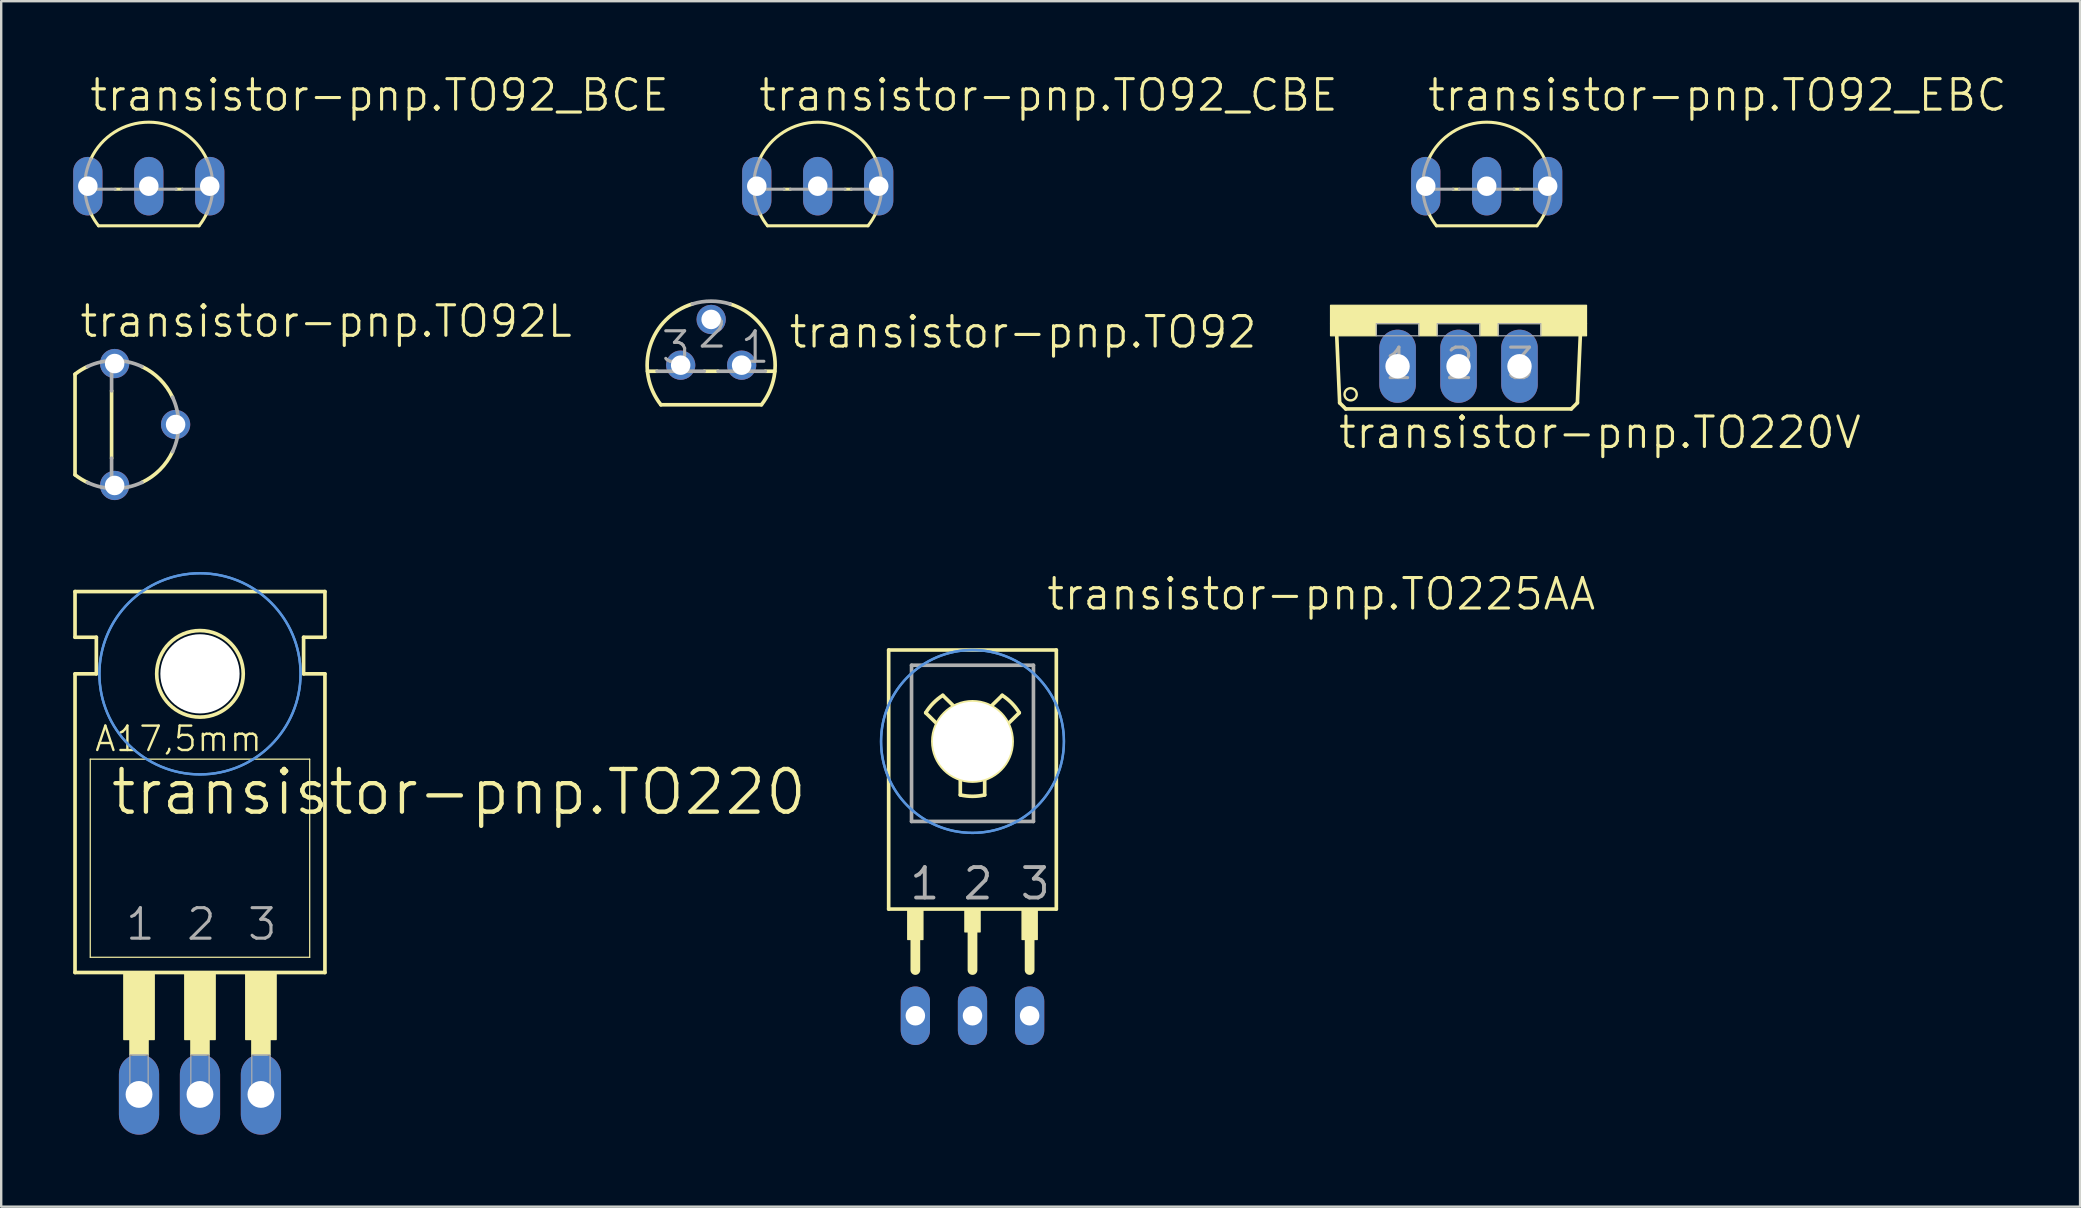
<source format=kicad_pcb>
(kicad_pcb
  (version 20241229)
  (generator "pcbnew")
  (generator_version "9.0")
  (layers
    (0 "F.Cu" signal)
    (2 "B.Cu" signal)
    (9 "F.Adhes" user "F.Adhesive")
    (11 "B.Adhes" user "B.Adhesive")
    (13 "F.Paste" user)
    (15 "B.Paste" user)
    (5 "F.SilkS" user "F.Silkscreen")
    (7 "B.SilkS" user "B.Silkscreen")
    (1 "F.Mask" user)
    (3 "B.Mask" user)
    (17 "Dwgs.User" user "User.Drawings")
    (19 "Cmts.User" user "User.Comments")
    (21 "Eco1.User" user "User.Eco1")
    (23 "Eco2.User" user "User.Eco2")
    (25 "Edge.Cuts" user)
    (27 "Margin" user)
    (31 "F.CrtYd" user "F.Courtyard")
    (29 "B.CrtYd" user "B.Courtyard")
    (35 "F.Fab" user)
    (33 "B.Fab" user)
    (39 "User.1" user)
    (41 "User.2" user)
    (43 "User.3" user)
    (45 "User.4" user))
  (footprint "transistor-pnp.TO92_EBC"
    (layer "F.Cu")
    (at 58.901 3.438)
    (property "Reference" "transistor-pnp.TO92_EBC" (at -2.54 -1.778 0) (layer "F.SilkS") (effects (font (size 1.27 1.27) (thickness 0.13)) (justify left bottom)))
    (attr through_hole)
    (fp_line (start -2.095 2.921) (end 2.095 2.921) (stroke (width 0.127) (type default)) (layer "F.SilkS"))
    (fp_line (start -1.136 1.397) (end -1.404 1.397) (stroke (width 0.127) (type default)) (layer "F.SilkS"))
    (fp_line (start 1.404 1.397) (end 1.136 1.397) (stroke (width 0.127) (type default)) (layer "F.SilkS"))
    (fp_arc (start -2.413 0.1341) (mid 0 -1.396985) (end 2.413 0.1341) (stroke (width 0.127) (type default)) (layer "F.SilkS"))
    (fp_arc (start -2.095 2.921) (mid -2.268918 2.67252) (end -2.4135 2.4059) (stroke (width 0.127) (type default)) (layer "F.SilkS"))
    (fp_arc (start 2.4247 2.3818) (mid 2.275878 2.661201) (end 2.095 2.921) (stroke (width 0.127) (type default)) (layer "F.SilkS"))
    (fp_line (start -1.404 1.397) (end -2.664 1.397) (stroke (width 0.127) (type default)) (layer "F.Fab"))
    (fp_line (start 1.136 1.397) (end -1.136 1.397) (stroke (width 0.127) (type default)) (layer "F.Fab"))
    (fp_line (start 2.664 1.397) (end 1.404 1.397) (stroke (width 0.127) (type default)) (layer "F.Fab"))
    (fp_arc (start -2.413 2.4059) (mid -2.666991 1.27) (end -2.413 0.1341) (stroke (width 0.127) (type default)) (layer "F.Fab"))
    (fp_arc (start 2.413 0.1341) (mid 2.666991 1.27) (end 2.413 2.4059) (stroke (width 0.127) (type default)) (layer "F.Fab"))
    (pad "B" thru_hole oval (at 0 1.27 90) (size 2.438 1.219) (drill 0.813) (layers "*.Cu" "*.Mask"))
    (pad "C" thru_hole oval (at -2.54 1.27 90) (size 2.438 1.219) (drill 0.813) (layers "*.Cu" "*.Mask"))
    (pad "E" thru_hole oval (at 2.54 1.27 90) (size 2.438 1.219) (drill 0.813) (layers "*.Cu" "*.Mask")))
  (footprint "transistor-pnp.TO92L"
    (layer "F.Cu")
    (at 1.727 14.639)
    (property "Reference" "transistor-pnp.TO92L" (at -1.524 -3.556 0) (layer "F.SilkS") (effects (font (size 1.27 1.27) (thickness 0.13)) (justify left bottom)))
    (attr through_hole)
    (fp_line (start -1.651 -2.095) (end -1.651 2.095) (stroke (width 0.152) (type default)) (layer "F.SilkS"))
    (fp_line (start -0.127 1.404) (end -0.127 -1.404) (stroke (width 0.152) (type default)) (layer "F.SilkS"))
    (fp_arc (start -1.651 -2.095) (mid -1.40252 -2.268918) (end -1.1359 -2.4135) (stroke (width 0.1524) (type default)) (layer "F.SilkS"))
    (fp_arc (start -1.1118 2.4247) (mid -1.391201 2.275878) (end -1.651 2.095) (stroke (width 0.1524) (type default)) (layer "F.SilkS"))
    (fp_arc (start 1.1359 -2.413) (mid 1.885847 -1.885847) (end 2.413 -1.1359) (stroke (width 0.1524) (type default)) (layer "F.SilkS"))
    (fp_arc (start 2.413 1.1359) (mid 1.885847 1.885847) (end 1.1359 2.413) (stroke (width 0.1524) (type default)) (layer "F.SilkS"))
    (fp_line (start -0.127 -1.404) (end -0.127 -2.664) (stroke (width 0.152) (type default)) (layer "F.Fab"))
    (fp_line (start -0.127 2.664) (end -0.127 1.404) (stroke (width 0.152) (type default)) (layer "F.Fab"))
    (fp_arc (start -1.1359 -2.413) (mid 0 -2.666991) (end 1.1359 -2.413) (stroke (width 0.1524) (type default)) (layer "F.Fab"))
    (fp_arc (start 1.1359 2.413) (mid 0 2.666991) (end -1.1359 2.413) (stroke (width 0.1524) (type default)) (layer "F.Fab"))
    (fp_arc (start 2.413 -1.1359) (mid 2.666991 0) (end 2.413 1.1359) (stroke (width 0.1524) (type default)) (layer "F.Fab"))
    (pad "1" thru_hole circle (at 0 2.54) (size 1.219 1.219) (drill 0.813) (layers "*.Cu" "*.Mask"))
    (pad "2" thru_hole circle (at 2.54 0) (size 1.219 1.219) (drill 0.813) (layers "*.Cu" "*.Mask"))
    (pad "3" thru_hole circle (at 0 -2.54) (size 1.219 1.219) (drill 0.813) (layers "*.Cu" "*.Mask")))
  (footprint "transistor-pnp.TO92"
    (layer "F.Cu")
    (at 26.584 12.166)
    (property "Reference" "transistor-pnp.TO92" (at 3.175 -0.635 0) (layer "F.SilkS") (effects (font (size 1.27 1.27) (thickness 0.13)) (justify left bottom)))
    (attr through_hole)
    (fp_line (start -2.655 0.254) (end -2.254 0.254) (stroke (width 0.152) (type default)) (layer "F.SilkS"))
    (fp_line (start -2.095 1.651) (end 2.095 1.651) (stroke (width 0.152) (type default)) (layer "F.SilkS"))
    (fp_line (start -0.286 0.254) (end 0.286 0.254) (stroke (width 0.152) (type default)) (layer "F.SilkS"))
    (fp_line (start 2.254 0.254) (end 2.655 0.254) (stroke (width 0.152) (type default)) (layer "F.SilkS"))
    (fp_arc (start -2.0946 1.651) (mid -2.54634 -0.793276) (end -0.7863 -2.5485) (stroke (width 0.1524) (type default)) (layer "F.SilkS"))
    (fp_arc (start 0.7868 -2.5484) (mid 2.546776 -0.793203) (end 2.095 1.651) (stroke (width 0.1524) (type default)) (layer "F.SilkS"))
    (fp_line (start -2.254 0.254) (end -0.286 0.254) (stroke (width 0.152) (type default)) (layer "F.Fab"))
    (fp_line (start 0.286 0.254) (end 2.254 0.254) (stroke (width 0.152) (type default)) (layer "F.Fab"))
    (fp_arc (start -0.7863 -2.5485) (mid 0 -2.667043) (end 0.7863 -2.5485) (stroke (width 0.1524) (type default)) (layer "F.Fab"))
    (fp_text user "2" (at -0.635 -0.635 0) (layer "F.Fab") (effects (font (size 1.27 1.27) (thickness 0.13)) (justify left bottom)))
    (fp_text user "1" (at 1.143 0 0) (layer "F.Fab") (effects (font (size 1.27 1.27) (thickness 0.13)) (justify left bottom)))
    (fp_text user "3" (at -2.159 0 0) (layer "F.Fab") (effects (font (size 1.27 1.27) (thickness 0.13)) (justify left bottom)))
    (pad "1" thru_hole circle (at 1.27 0) (size 1.219 1.219) (drill 0.813) (layers "*.Cu" "*.Mask"))
    (pad "2" thru_hole circle (at 0 -1.905) (size 1.219 1.219) (drill 0.813) (layers "*.Cu" "*.Mask"))
    (pad "3" thru_hole circle (at -1.27 0) (size 1.219 1.219) (drill 0.813) (layers "*.Cu" "*.Mask")))
  (footprint "transistor-pnp.TO220V"
    (layer "F.Cu")
    (at 57.727 9.672)
    (property "Reference" "transistor-pnp.TO220V" (at -5.08 6.045 0) (layer "F.SilkS") (effects (font (size 1.27 1.27) (thickness 0.13)) (justify left bottom)))
    (attr through_hole)
    (fp_line (start -4.953 4.064) (end -5.08 1.143) (stroke (width 0.152) (type default)) (layer "F.SilkS"))
    (fp_line (start -4.953 4.064) (end -4.699 4.318) (stroke (width 0.152) (type default)) (layer "F.SilkS"))
    (fp_line (start 4.699 4.318) (end -4.699 4.318) (stroke (width 0.152) (type default)) (layer "F.SilkS"))
    (fp_line (start 4.699 4.318) (end 4.953 4.064) (stroke (width 0.152) (type default)) (layer "F.SilkS"))
    (fp_line (start 5.08 1.143) (end 4.953 4.064) (stroke (width 0.152) (type default)) (layer "F.SilkS"))
    (fp_rect (start -5.334 0.762) (end 5.334 0) (stroke (width 0.05) (type default)) (fill yes) (layer "F.SilkS"))
    (fp_rect (start -5.334 1.27) (end -3.429 0.762) (stroke (width 0.05) (type default)) (fill yes) (layer "F.SilkS"))
    (fp_rect (start -1.651 1.27) (end -0.889 0.762) (stroke (width 0.05) (type default)) (fill yes) (layer "F.SilkS"))
    (fp_rect (start 0.889 1.27) (end 1.651 0.762) (stroke (width 0.05) (type default)) (fill yes) (layer "F.SilkS"))
    (fp_rect (start 3.429 1.27) (end 5.334 0.762) (stroke (width 0.05) (type default)) (fill yes) (layer "F.SilkS"))
    (fp_circle (center -4.496 3.708) (end -4.242 3.708) (stroke (width 0.1) (type default)) (fill no) (layer "F.SilkS"))
    (fp_rect (start -3.429 1.27) (end -1.651 0.762) (stroke (width 0.05) (type default)) (fill no) (layer "F.Fab"))
    (fp_rect (start -0.889 1.27) (end 0.889 0.762) (stroke (width 0.05) (type default)) (fill no) (layer "F.Fab"))
    (fp_rect (start 1.651 1.27) (end 3.429 0.762) (stroke (width 0.05) (type default)) (fill no) (layer "F.Fab"))
    (fp_text user "3" (at 1.905 3.175 0) (layer "F.Fab") (effects (font (size 1.27 1.27) (thickness 0.13)) (justify left bottom)))
    (fp_text user "2" (at -0.635 3.175 0) (layer "F.Fab") (effects (font (size 1.27 1.27) (thickness 0.13)) (justify left bottom)))
    (fp_text user "1" (at -3.175 3.175 0) (layer "F.Fab") (effects (font (size 1.27 1.27) (thickness 0.13)) (justify left bottom)))
    (pad "1" thru_hole oval (at -2.54 2.54 90) (size 3.048 1.524) (drill 1.016) (layers "*.Cu" "*.Mask"))
    (pad "2" thru_hole oval (at 0 2.54 90) (size 3.048 1.524) (drill 1.016) (layers "*.Cu" "*.Mask"))
    (pad "3" thru_hole oval (at 2.54 2.54 90) (size 3.048 1.524) (drill 1.016) (layers "*.Cu" "*.Mask")))
  (footprint "transistor-pnp.TO225AA"
    (layer "F.Cu")
    (at 37.474 27.846)
    (property "Reference" "transistor-pnp.TO225AA" (at 3.016 -5.398 180) (layer "F.SilkS") (effects (font (size 1.27 1.27) (thickness 0.13)) (justify left bottom)))
    (attr through_hole)
    (fp_line (start -3.493 -3.81) (end 3.493 -3.81) (stroke (width 0.152) (type default)) (layer "F.SilkS"))
    (fp_line (start -3.493 6.985) (end -3.493 -3.81) (stroke (width 0.152) (type default)) (layer "F.SilkS"))
    (fp_line (start -3.493 6.985) (end 3.493 6.985) (stroke (width 0.152) (type default)) (layer "F.SilkS"))
    (fp_line (start -2.381 8.096) (end -2.381 9.525) (stroke (width 0.406) (type default)) (layer "F.SilkS"))
    (fp_line (start -1.479 -0.734) (end -1.949 -1.194) (stroke (width 0.152) (type default)) (layer "F.SilkS"))
    (fp_line (start -0.769 -1.461) (end -1.239 -1.921) (stroke (width 0.152) (type default)) (layer "F.SilkS"))
    (fp_line (start -0.508 1.571) (end -0.508 2.229) (stroke (width 0.152) (type default)) (layer "F.SilkS"))
    (fp_line (start 0 7.779) (end 0 9.525) (stroke (width 0.406) (type default)) (layer "F.SilkS"))
    (fp_line (start 0.508 1.571) (end 0.508 2.229) (stroke (width 0.152) (type default)) (layer "F.SilkS"))
    (fp_line (start 0.769 -1.461) (end 1.239 -1.921) (stroke (width 0.152) (type default)) (layer "F.SilkS"))
    (fp_line (start 1.479 -0.734) (end 1.949 -1.194) (stroke (width 0.152) (type default)) (layer "F.SilkS"))
    (fp_line (start 2.381 8.096) (end 2.381 9.525) (stroke (width 0.406) (type default)) (layer "F.SilkS"))
    (fp_line (start 3.493 -3.81) (end 3.493 6.985) (stroke (width 0.152) (type default)) (layer "F.SilkS"))
    (fp_rect (start -2.699 8.255) (end -2.064 6.985) (stroke (width 0.05) (type default)) (fill yes) (layer "F.SilkS"))
    (fp_rect (start -0.318 7.938) (end 0.318 6.985) (stroke (width 0.05) (type default)) (fill yes) (layer "F.SilkS"))
    (fp_rect (start 2.064 8.255) (end 2.699 6.985) (stroke (width 0.05) (type default)) (fill yes) (layer "F.SilkS"))
    (fp_arc (start -1.949 -1.194) (mid -1.634881 -1.597291) (end -1.239 -1.9207) (stroke (width 0.1524) (type default)) (layer "F.SilkS"))
    (fp_arc (start 0.508 2.229) (mid 0 2.28616) (end -0.508 2.229) (stroke (width 0.1524) (type default)) (layer "F.SilkS"))
    (fp_arc (start 1.239 -1.921) (mid 1.634881 -1.597591) (end 1.949 -1.1943) (stroke (width 0.1524) (type default)) (layer "F.SilkS"))
    (fp_circle (center 0 0) (end 1.651 0) (stroke (width 0.152) (type default)) (fill no) (layer "F.SilkS"))
    (fp_circle (center 0 0) (end 3.81 0) (stroke (width 0.1) (type default)) (fill no) (layer "Cmts.User"))
    (fp_circle (center 0 0) (end 3.81 0) (stroke (width 0.1) (type default)) (fill no) (layer "Cmts.User"))
    (fp_line (start -2.54 -3.175) (end -2.54 3.334) (stroke (width 0.152) (type default)) (layer "F.Fab"))
    (fp_line (start -2.54 3.334) (end 2.54 3.334) (stroke (width 0.152) (type default)) (layer "F.Fab"))
    (fp_line (start 2.54 -3.175) (end -2.54 -3.175) (stroke (width 0.152) (type default)) (layer "F.Fab"))
    (fp_line (start 2.54 3.334) (end 2.54 -3.175) (stroke (width 0.152) (type default)) (layer "F.Fab"))
    (fp_text user "2" (at -0.476 6.668 0) (layer "F.Fab") (effects (font (size 1.27 1.27) (thickness 0.16)) (justify left bottom)))
    (fp_text user "1" (at -2.699 6.668 0) (layer "F.Fab") (effects (font (size 1.27 1.27) (thickness 0.16)) (justify left bottom)))
    (fp_text user "3" (at 1.905 6.668 0) (layer "F.Fab") (effects (font (size 1.27 1.27) (thickness 0.16)) (justify left bottom)))
    (pad "" np_thru_hole circle (at 0 0) (size 3.302 3.302) (drill 3.302) (layers "*.Cu" "*.Mask"))
    (pad "1" thru_hole oval (at -2.381 11.43 90) (size 2.438 1.219) (drill 0.813) (layers "*.Cu" "*.Mask"))
    (pad "2" thru_hole oval (at 0 11.43 90) (size 2.438 1.219) (drill 0.813) (layers "*.Cu" "*.Mask"))
    (pad "3" thru_hole oval (at 2.381 11.43 90) (size 2.438 1.219) (drill 0.813) (layers "*.Cu" "*.Mask")))
  (footprint "transistor-pnp.TO220"
    (layer "F.Cu")
    (at 5.283 36.205)
    (property "Reference" "transistor-pnp.TO220" (at -3.81 -5.207 0) (layer "F.SilkS") (effects (font (size 1.778 1.778) (thickness 0.18)) (justify left bottom)))
    (attr through_hole)
    (fp_line (start -5.207 -12.7) (end -5.207 -14.605) (stroke (width 0.152) (type default)) (layer "F.SilkS"))
    (fp_line (start -5.207 -11.176) (end -4.318 -11.176) (stroke (width 0.152) (type default)) (layer "F.SilkS"))
    (fp_line (start -5.207 1.27) (end -5.207 -11.176) (stroke (width 0.152) (type default)) (layer "F.SilkS"))
    (fp_line (start -5.207 1.27) (end 5.207 1.27) (stroke (width 0.152) (type default)) (layer "F.SilkS"))
    (fp_line (start -4.572 0.635) (end -4.572 -7.62) (stroke (width 0.051) (type default)) (layer "F.SilkS"))
    (fp_line (start -4.572 0.635) (end 4.572 0.635) (stroke (width 0.051) (type default)) (layer "F.SilkS"))
    (fp_line (start -4.318 -12.7) (end -5.207 -12.7) (stroke (width 0.152) (type default)) (layer "F.SilkS"))
    (fp_line (start -4.318 -11.176) (end -4.318 -12.7) (stroke (width 0.152) (type default)) (layer "F.SilkS"))
    (fp_line (start 4.318 -12.7) (end 5.207 -12.7) (stroke (width 0.152) (type default)) (layer "F.SilkS"))
    (fp_line (start 4.318 -11.176) (end 4.318 -12.7) (stroke (width 0.152) (type default)) (layer "F.SilkS"))
    (fp_line (start 4.572 -7.62) (end -4.572 -7.62) (stroke (width 0.051) (type default)) (layer "F.SilkS"))
    (fp_line (start 4.572 -7.62) (end 4.572 0.635) (stroke (width 0.051) (type default)) (layer "F.SilkS"))
    (fp_line (start 5.207 -14.605) (end -5.207 -14.605) (stroke (width 0.152) (type default)) (layer "F.SilkS"))
    (fp_line (start 5.207 -12.7) (end 5.207 -14.605) (stroke (width 0.152) (type default)) (layer "F.SilkS"))
    (fp_line (start 5.207 -11.176) (end 4.318 -11.176) (stroke (width 0.152) (type default)) (layer "F.SilkS"))
    (fp_line (start 5.207 1.27) (end 5.207 -11.176) (stroke (width 0.152) (type default)) (layer "F.SilkS"))
    (fp_rect (start -3.175 4.064) (end -1.905 1.27) (stroke (width 0.05) (type default)) (fill yes) (layer "F.SilkS"))
    (fp_rect (start -2.921 4.699) (end -2.159 4.064) (stroke (width 0.05) (type default)) (fill yes) (layer "F.SilkS"))
    (fp_rect (start -0.635 4.064) (end 0.635 1.27) (stroke (width 0.05) (type default)) (fill yes) (layer "F.SilkS"))
    (fp_rect (start -0.381 4.699) (end 0.381 4.064) (stroke (width 0.05) (type default)) (fill yes) (layer "F.SilkS"))
    (fp_rect (start 1.905 4.064) (end 3.175 1.27) (stroke (width 0.05) (type default)) (fill yes) (layer "F.SilkS"))
    (fp_rect (start 2.159 4.699) (end 2.921 4.064) (stroke (width 0.05) (type default)) (fill yes) (layer "F.SilkS"))
    (fp_circle (center 0 -11.176) (end 1.803 -11.176) (stroke (width 0.152) (type default)) (fill no) (layer "F.SilkS"))
    (fp_circle (center 0 -11.176) (end 4.191 -11.176) (stroke (width 0.1) (type default)) (fill no) (layer "Cmts.User"))
    (fp_circle (center 0 -11.176) (end 4.191 -11.176) (stroke (width 0.1) (type default)) (fill no) (layer "Cmts.User"))
    (fp_rect (start -2.921 6.604) (end -2.159 4.699) (stroke (width 0.05) (type default)) (fill no) (layer "F.Fab"))
    (fp_rect (start -0.381 6.604) (end 0.381 4.699) (stroke (width 0.05) (type default)) (fill no) (layer "F.Fab"))
    (fp_rect (start 2.159 6.604) (end 2.921 4.699) (stroke (width 0.05) (type default)) (fill no) (layer "F.Fab"))
    (fp_text user "A17,5mm" (at -4.445 -7.874 0) (layer "F.SilkS") (effects (font (size 1.016 1.016) (thickness 0.1)) (justify left bottom)))
    (fp_text user "1" (at -3.175 0 0) (layer "F.Fab") (effects (font (size 1.27 1.27) (thickness 0.13)) (justify left bottom)))
    (fp_text user "2" (at -0.635 0 0) (layer "F.Fab") (effects (font (size 1.27 1.27) (thickness 0.13)) (justify left bottom)))
    (fp_text user "3" (at 1.905 0 0) (layer "F.Fab") (effects (font (size 1.27 1.27) (thickness 0.13)) (justify left bottom)))
    (pad "" np_thru_hole circle (at 0 -11.176) (size 3.302 3.302) (drill 3.302) (layers "*.Cu" "*.Mask"))
    (pad "1" thru_hole oval (at -2.54 6.35 90) (size 3.353 1.676) (drill 1.118) (layers "*.Cu" "*.Mask"))
    (pad "2" thru_hole oval (at 0 6.35 90) (size 3.353 1.676) (drill 1.118) (layers "*.Cu" "*.Mask"))
    (pad "3" thru_hole oval (at 2.54 6.35 90) (size 3.353 1.676) (drill 1.118) (layers "*.Cu" "*.Mask")))
  (footprint "transistor-pnp.TO92_BCE"
    (layer "F.Cu")
    (at 3.15 4.708)
    (property "Reference" "transistor-pnp.TO92_BCE" (at -2.54 -3.048 0) (layer "F.SilkS") (effects (font (size 1.27 1.27) (thickness 0.13)) (justify left bottom)))
    (attr through_hole)
    (fp_line (start -2.095 1.651) (end 2.095 1.651) (stroke (width 0.127) (type default)) (layer "F.SilkS"))
    (fp_line (start -1.136 0.127) (end -1.404 0.127) (stroke (width 0.127) (type default)) (layer "F.SilkS"))
    (fp_line (start 1.404 0.127) (end 1.136 0.127) (stroke (width 0.127) (type default)) (layer "F.SilkS"))
    (fp_arc (start -2.413 -1.1359) (mid 0 -2.666985) (end 2.413 -1.1359) (stroke (width 0.127) (type default)) (layer "F.SilkS"))
    (fp_arc (start -2.095 1.651) (mid -2.268918 1.40252) (end -2.4135 1.1359) (stroke (width 0.127) (type default)) (layer "F.SilkS"))
    (fp_arc (start 2.4247 1.1118) (mid 2.275878 1.391201) (end 2.095 1.651) (stroke (width 0.127) (type default)) (layer "F.SilkS"))
    (fp_line (start -1.404 0.127) (end -2.664 0.127) (stroke (width 0.127) (type default)) (layer "F.Fab"))
    (fp_line (start 1.136 0.127) (end -1.136 0.127) (stroke (width 0.127) (type default)) (layer "F.Fab"))
    (fp_line (start 2.664 0.127) (end 1.404 0.127) (stroke (width 0.127) (type default)) (layer "F.Fab"))
    (fp_arc (start -2.413 1.1359) (mid -2.666991 0) (end -2.413 -1.1359) (stroke (width 0.127) (type default)) (layer "F.Fab"))
    (fp_arc (start 2.413 -1.1359) (mid 2.666991 0) (end 2.413 1.1359) (stroke (width 0.127) (type default)) (layer "F.Fab"))
    (pad "B" thru_hole oval (at 2.54 0 90) (size 2.438 1.219) (drill 0.813) (layers "*.Cu" "*.Mask"))
    (pad "C" thru_hole oval (at 0 0 90) (size 2.438 1.219) (drill 0.813) (layers "*.Cu" "*.Mask"))
    (pad "E" thru_hole oval (at -2.54 0 90) (size 2.438 1.219) (drill 0.813) (layers "*.Cu" "*.Mask")))
  (footprint "transistor-pnp.TO92_CBE"
    (layer "F.Cu")
    (at 31.025 4.708)
    (property "Reference" "transistor-pnp.TO92_CBE" (at -2.54 -3.048 0) (layer "F.SilkS") (effects (font (size 1.27 1.27) (thickness 0.13)) (justify left bottom)))
    (attr through_hole)
    (fp_line (start -2.095 1.651) (end 2.095 1.651) (stroke (width 0.127) (type default)) (layer "F.SilkS"))
    (fp_line (start -1.136 0.127) (end -1.404 0.127) (stroke (width 0.127) (type default)) (layer "F.SilkS"))
    (fp_line (start 1.404 0.127) (end 1.136 0.127) (stroke (width 0.127) (type default)) (layer "F.SilkS"))
    (fp_arc (start -2.413 -1.1359) (mid 0 -2.666985) (end 2.413 -1.1359) (stroke (width 0.127) (type default)) (layer "F.SilkS"))
    (fp_arc (start -2.095 1.651) (mid -2.268918 1.40252) (end -2.4135 1.1359) (stroke (width 0.127) (type default)) (layer "F.SilkS"))
    (fp_arc (start 2.4247 1.1118) (mid 2.275878 1.391201) (end 2.095 1.651) (stroke (width 0.127) (type default)) (layer "F.SilkS"))
    (fp_line (start -1.404 0.127) (end -2.664 0.127) (stroke (width 0.127) (type default)) (layer "F.Fab"))
    (fp_line (start 1.136 0.127) (end -1.136 0.127) (stroke (width 0.127) (type default)) (layer "F.Fab"))
    (fp_line (start 2.664 0.127) (end 1.404 0.127) (stroke (width 0.127) (type default)) (layer "F.Fab"))
    (fp_arc (start -2.413 1.1359) (mid -2.666991 0) (end -2.413 -1.1359) (stroke (width 0.127) (type default)) (layer "F.Fab"))
    (fp_arc (start 2.413 -1.1359) (mid 2.666991 0) (end 2.413 1.1359) (stroke (width 0.127) (type default)) (layer "F.Fab"))
    (pad "B" thru_hole oval (at 0 0 90) (size 2.438 1.219) (drill 0.813) (layers "*.Cu" "*.Mask"))
    (pad "C" thru_hole oval (at 2.54 0 90) (size 2.438 1.219) (drill 0.813) (layers "*.Cu" "*.Mask"))
    (pad "E" thru_hole oval (at -2.54 0 90) (size 2.438 1.219) (drill 0.813) (layers "*.Cu" "*.Mask")))
  (gr_rect
    (start -3 -3)
    (end 83.627 47.231)
    (stroke (width 0.1) (type default))
    (fill no)
    (layer "Edge.Cuts")))
</source>
